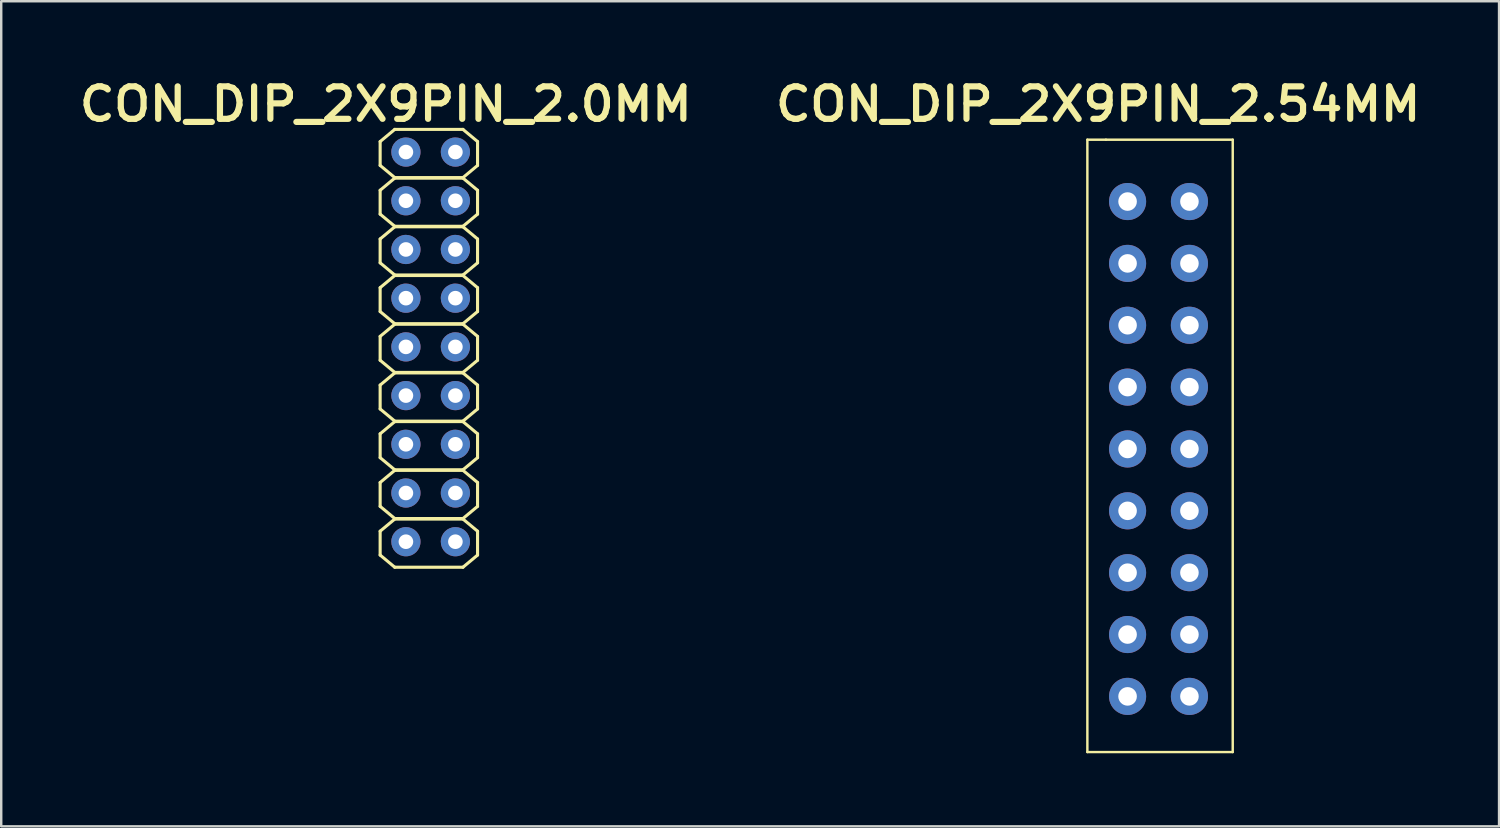
<source format=kicad_pcb>
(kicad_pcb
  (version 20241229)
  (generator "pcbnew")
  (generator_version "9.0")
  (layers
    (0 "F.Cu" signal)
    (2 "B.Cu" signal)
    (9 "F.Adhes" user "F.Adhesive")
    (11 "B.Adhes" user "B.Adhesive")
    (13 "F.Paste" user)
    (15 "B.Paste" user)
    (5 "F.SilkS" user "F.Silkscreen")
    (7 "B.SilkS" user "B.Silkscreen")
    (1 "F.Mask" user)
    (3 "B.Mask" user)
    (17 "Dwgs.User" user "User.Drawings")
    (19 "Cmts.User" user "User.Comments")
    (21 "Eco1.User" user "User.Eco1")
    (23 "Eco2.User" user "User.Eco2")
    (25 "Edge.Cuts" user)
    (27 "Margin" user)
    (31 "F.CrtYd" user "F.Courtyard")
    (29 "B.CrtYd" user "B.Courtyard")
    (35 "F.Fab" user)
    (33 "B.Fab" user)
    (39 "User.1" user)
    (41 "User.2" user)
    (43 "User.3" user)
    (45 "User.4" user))
  (footprint "CON_DIP_2X9PIN_2.54MM"
    (layer "F.Cu")
    (at 45.792 5.226)
    (property "Reference" "CON_DIP_2X9PIN_2.54MM" (at -3.747 -4 0) (unlocked yes) (layer "F.SilkS") (effects (font (size 1.333 1.402) (thickness 0.254))))
    (attr smd)
    (fp_line (start -4.191 -2.54) (end -3.429 -2.54) (stroke (width 0.1) (type solid)) (layer "F.SilkS"))
    (fp_line (start -4.191 22.606) (end -4.191 -2.54) (stroke (width 0.1) (type solid)) (layer "F.SilkS"))
    (fp_line (start -4.191 22.606) (end 1.778 22.606) (stroke (width 0.1) (type solid)) (layer "F.SilkS"))
    (fp_line (start -3.429 -2.54) (end 1.778 -2.54) (stroke (width 0.1) (type solid)) (layer "F.SilkS"))
    (fp_line (start 1.778 22.606) (end 1.778 -2.54) (stroke (width 0.1) (type solid)) (layer "F.SilkS"))
    (pad "1" thru_hole circle (at -2.54 0) (size 1.524 1.524) (drill 0.762) (layers "*.Cu" "*.Mask"))
    (pad "2" thru_hole circle (at 0 0) (size 1.524 1.524) (drill 0.762) (layers "*.Cu" "*.Mask"))
    (pad "3" thru_hole circle (at -2.54 2.54) (size 1.524 1.524) (drill 0.762) (layers "*.Cu" "*.Mask"))
    (pad "4" thru_hole circle (at 0 2.54) (size 1.524 1.524) (drill 0.762) (layers "*.Cu" "*.Mask"))
    (pad "5" thru_hole circle (at -2.54 5.08) (size 1.524 1.524) (drill 0.762) (layers "*.Cu" "*.Mask"))
    (pad "6" thru_hole circle (at 0 5.08) (size 1.524 1.524) (drill 0.762) (layers "*.Cu" "*.Mask"))
    (pad "7" thru_hole circle (at -2.54 7.62) (size 1.524 1.524) (drill 0.762) (layers "*.Cu" "*.Mask"))
    (pad "8" thru_hole circle (at 0 7.62) (size 1.524 1.524) (drill 0.762) (layers "*.Cu" "*.Mask"))
    (pad "9" thru_hole circle (at -2.54 10.16) (size 1.524 1.524) (drill 0.762) (layers "*.Cu" "*.Mask"))
    (pad "10" thru_hole circle (at 0 10.16) (size 1.524 1.524) (drill 0.762) (layers "*.Cu" "*.Mask"))
    (pad "11" thru_hole circle (at -2.54 12.7) (size 1.524 1.524) (drill 0.762) (layers "*.Cu" "*.Mask"))
    (pad "12" thru_hole circle (at 0 12.7) (size 1.524 1.524) (drill 0.762) (layers "*.Cu" "*.Mask"))
    (pad "13" thru_hole circle (at -2.54 15.24) (size 1.524 1.524) (drill 0.762) (layers "*.Cu" "*.Mask"))
    (pad "14" thru_hole circle (at 0 15.24) (size 1.524 1.524) (drill 0.762) (layers "*.Cu" "*.Mask"))
    (pad "15" thru_hole circle (at -2.54 17.78) (size 1.524 1.524) (drill 0.762) (layers "*.Cu" "*.Mask"))
    (pad "16" thru_hole circle (at 0 17.78) (size 1.524 1.524) (drill 0.762) (layers "*.Cu" "*.Mask"))
    (pad "17" thru_hole circle (at -2.54 20.32) (size 1.524 1.524) (drill 0.762) (layers "*.Cu" "*.Mask"))
    (pad "18" thru_hole circle (at 0 20.32) (size 1.524 1.524) (drill 0.762) (layers "*.Cu" "*.Mask")))
  (footprint "CON_DIP_2X9PIN_2.0MM"
    (layer "F.Cu")
    (at 13.618 3.194)
    (property "Reference" "CON_DIP_2X9PIN_2.0MM" (at -0.826 -1.968 0) (unlocked yes) (layer "F.SilkS") (effects (font (size 1.333 1.402) (thickness 0.254))))
    (attr smd)
    (fp_line (start -1.058 -0.431) (end -0.458 -0.931) (stroke (width 0.127) (type solid)) (layer "F.SilkS"))
    (fp_line (start -1.058 0.549) (end -1.058 -0.431) (stroke (width 0.127) (type solid)) (layer "F.SilkS"))
    (fp_line (start -1.058 0.549) (end -0.458 1.049) (stroke (width 0.127) (type solid)) (layer "F.SilkS"))
    (fp_line (start -1.058 1.569) (end -0.458 1.069) (stroke (width 0.127) (type solid)) (layer "F.SilkS"))
    (fp_line (start -1.058 2.549) (end -1.058 1.569) (stroke (width 0.127) (type solid)) (layer "F.SilkS"))
    (fp_line (start -1.058 2.549) (end -0.458 3.049) (stroke (width 0.127) (type solid)) (layer "F.SilkS"))
    (fp_line (start -1.058 3.569) (end -0.458 3.069) (stroke (width 0.127) (type solid)) (layer "F.SilkS"))
    (fp_line (start -1.058 4.549) (end -1.058 3.569) (stroke (width 0.127) (type solid)) (layer "F.SilkS"))
    (fp_line (start -1.058 4.549) (end -0.458 5.049) (stroke (width 0.127) (type solid)) (layer "F.SilkS"))
    (fp_line (start -1.058 5.569) (end -0.458 5.069) (stroke (width 0.127) (type solid)) (layer "F.SilkS"))
    (fp_line (start -1.058 6.549) (end -1.058 5.569) (stroke (width 0.127) (type solid)) (layer "F.SilkS"))
    (fp_line (start -1.058 6.549) (end -0.458 7.049) (stroke (width 0.127) (type solid)) (layer "F.SilkS"))
    (fp_line (start -1.058 7.569) (end -0.458 7.069) (stroke (width 0.127) (type solid)) (layer "F.SilkS"))
    (fp_line (start -1.058 8.549) (end -1.058 7.569) (stroke (width 0.127) (type solid)) (layer "F.SilkS"))
    (fp_line (start -1.058 8.549) (end -0.458 9.049) (stroke (width 0.127) (type solid)) (layer "F.SilkS"))
    (fp_line (start -1.058 9.569) (end -0.458 9.069) (stroke (width 0.127) (type solid)) (layer "F.SilkS"))
    (fp_line (start -1.058 10.549) (end -1.058 9.569) (stroke (width 0.127) (type solid)) (layer "F.SilkS"))
    (fp_line (start -1.058 10.549) (end -0.458 11.049) (stroke (width 0.127) (type solid)) (layer "F.SilkS"))
    (fp_line (start -1.058 11.569) (end -0.458 11.069) (stroke (width 0.127) (type solid)) (layer "F.SilkS"))
    (fp_line (start -1.058 12.549) (end -1.058 11.569) (stroke (width 0.127) (type solid)) (layer "F.SilkS"))
    (fp_line (start -1.058 12.549) (end -0.458 13.049) (stroke (width 0.127) (type solid)) (layer "F.SilkS"))
    (fp_line (start -1.058 13.569) (end -0.458 13.069) (stroke (width 0.127) (type solid)) (layer "F.SilkS"))
    (fp_line (start -1.058 14.549) (end -1.058 13.569) (stroke (width 0.127) (type solid)) (layer "F.SilkS"))
    (fp_line (start -1.058 14.549) (end -0.458 15.049) (stroke (width 0.127) (type solid)) (layer "F.SilkS"))
    (fp_line (start -1.058 15.569) (end -0.458 15.069) (stroke (width 0.127) (type solid)) (layer "F.SilkS"))
    (fp_line (start -1.058 16.549) (end -1.058 15.569) (stroke (width 0.127) (type solid)) (layer "F.SilkS"))
    (fp_line (start -1.058 16.549) (end -0.458 17.049) (stroke (width 0.127) (type solid)) (layer "F.SilkS"))
    (fp_line (start -0.458 -0.931) (end 2.342 -0.931) (stroke (width 0.127) (type solid)) (layer "F.SilkS"))
    (fp_line (start -0.458 1.049) (end 2.342 1.049) (stroke (width 0.127) (type solid)) (layer "F.SilkS"))
    (fp_line (start -0.458 1.069) (end 2.342 1.069) (stroke (width 0.127) (type solid)) (layer "F.SilkS"))
    (fp_line (start -0.458 3.049) (end 2.342 3.049) (stroke (width 0.127) (type solid)) (layer "F.SilkS"))
    (fp_line (start -0.458 3.069) (end 2.342 3.069) (stroke (width 0.127) (type solid)) (layer "F.SilkS"))
    (fp_line (start -0.458 5.049) (end 2.342 5.049) (stroke (width 0.127) (type solid)) (layer "F.SilkS"))
    (fp_line (start -0.458 5.069) (end 2.342 5.069) (stroke (width 0.127) (type solid)) (layer "F.SilkS"))
    (fp_line (start -0.458 7.049) (end 2.342 7.049) (stroke (width 0.127) (type solid)) (layer "F.SilkS"))
    (fp_line (start -0.458 7.069) (end 2.342 7.069) (stroke (width 0.127) (type solid)) (layer "F.SilkS"))
    (fp_line (start -0.458 9.049) (end 2.342 9.049) (stroke (width 0.127) (type solid)) (layer "F.SilkS"))
    (fp_line (start -0.458 9.069) (end 2.342 9.069) (stroke (width 0.127) (type solid)) (layer "F.SilkS"))
    (fp_line (start -0.458 11.049) (end 2.342 11.049) (stroke (width 0.127) (type solid)) (layer "F.SilkS"))
    (fp_line (start -0.458 11.069) (end 2.342 11.069) (stroke (width 0.127) (type solid)) (layer "F.SilkS"))
    (fp_line (start -0.458 13.049) (end 2.342 13.049) (stroke (width 0.127) (type solid)) (layer "F.SilkS"))
    (fp_line (start -0.458 13.069) (end 2.342 13.069) (stroke (width 0.127) (type solid)) (layer "F.SilkS"))
    (fp_line (start -0.458 15.049) (end 2.342 15.049) (stroke (width 0.127) (type solid)) (layer "F.SilkS"))
    (fp_line (start -0.458 15.069) (end 2.342 15.069) (stroke (width 0.127) (type solid)) (layer "F.SilkS"))
    (fp_line (start -0.458 17.049) (end 2.342 17.049) (stroke (width 0.127) (type solid)) (layer "F.SilkS"))
    (fp_line (start 2.342 -0.931) (end 2.942 -0.431) (stroke (width 0.127) (type solid)) (layer "F.SilkS"))
    (fp_line (start 2.342 1.049) (end 2.942 0.549) (stroke (width 0.127) (type solid)) (layer "F.SilkS"))
    (fp_line (start 2.342 1.069) (end 2.942 1.569) (stroke (width 0.127) (type solid)) (layer "F.SilkS"))
    (fp_line (start 2.342 3.049) (end 2.942 2.549) (stroke (width 0.127) (type solid)) (layer "F.SilkS"))
    (fp_line (start 2.342 3.069) (end 2.942 3.569) (stroke (width 0.127) (type solid)) (layer "F.SilkS"))
    (fp_line (start 2.342 5.049) (end 2.942 4.549) (stroke (width 0.127) (type solid)) (layer "F.SilkS"))
    (fp_line (start 2.342 5.069) (end 2.942 5.569) (stroke (width 0.127) (type solid)) (layer "F.SilkS"))
    (fp_line (start 2.342 7.049) (end 2.942 6.549) (stroke (width 0.127) (type solid)) (layer "F.SilkS"))
    (fp_line (start 2.342 7.069) (end 2.942 7.569) (stroke (width 0.127) (type solid)) (layer "F.SilkS"))
    (fp_line (start 2.342 9.049) (end 2.942 8.549) (stroke (width 0.127) (type solid)) (layer "F.SilkS"))
    (fp_line (start 2.342 9.069) (end 2.942 9.569) (stroke (width 0.127) (type solid)) (layer "F.SilkS"))
    (fp_line (start 2.342 11.049) (end 2.942 10.549) (stroke (width 0.127) (type solid)) (layer "F.SilkS"))
    (fp_line (start 2.342 11.069) (end 2.942 11.569) (stroke (width 0.127) (type solid)) (layer "F.SilkS"))
    (fp_line (start 2.342 13.049) (end 2.942 12.549) (stroke (width 0.127) (type solid)) (layer "F.SilkS"))
    (fp_line (start 2.342 13.069) (end 2.942 13.569) (stroke (width 0.127) (type solid)) (layer "F.SilkS"))
    (fp_line (start 2.342 15.049) (end 2.942 14.549) (stroke (width 0.127) (type solid)) (layer "F.SilkS"))
    (fp_line (start 2.342 15.069) (end 2.942 15.569) (stroke (width 0.127) (type solid)) (layer "F.SilkS"))
    (fp_line (start 2.342 17.049) (end 2.942 16.549) (stroke (width 0.127) (type solid)) (layer "F.SilkS"))
    (fp_line (start 2.942 0.549) (end 2.942 -0.431) (stroke (width 0.127) (type solid)) (layer "F.SilkS"))
    (fp_line (start 2.942 2.549) (end 2.942 1.569) (stroke (width 0.127) (type solid)) (layer "F.SilkS"))
    (fp_line (start 2.942 4.549) (end 2.942 3.569) (stroke (width 0.127) (type solid)) (layer "F.SilkS"))
    (fp_line (start 2.942 6.549) (end 2.942 5.569) (stroke (width 0.127) (type solid)) (layer "F.SilkS"))
    (fp_line (start 2.942 8.549) (end 2.942 7.569) (stroke (width 0.127) (type solid)) (layer "F.SilkS"))
    (fp_line (start 2.942 10.549) (end 2.942 9.569) (stroke (width 0.127) (type solid)) (layer "F.SilkS"))
    (fp_line (start 2.942 12.549) (end 2.942 11.569) (stroke (width 0.127) (type solid)) (layer "F.SilkS"))
    (fp_line (start 2.942 14.549) (end 2.942 13.569) (stroke (width 0.127) (type solid)) (layer "F.SilkS"))
    (fp_line (start 2.942 16.549) (end 2.942 15.569) (stroke (width 0.127) (type solid)) (layer "F.SilkS"))
    (pad "1" thru_hole circle (at 0 0.00001) (size 1.2 1.2) (drill 0.6) (layers "*.Cu" "*.Mask"))
    (pad "2" thru_hole circle (at 2.032 0.00001) (size 1.2 1.2) (drill 0.6) (layers "*.Cu" "*.Mask"))
    (pad "3" thru_hole circle (at 0 2) (size 1.2 1.2) (drill 0.6) (layers "*.Cu" "*.Mask"))
    (pad "4" thru_hole circle (at 2.032 2) (size 1.2 1.2) (drill 0.6) (layers "*.Cu" "*.Mask"))
    (pad "5" thru_hole circle (at 0 4) (size 1.2 1.2) (drill 0.6) (layers "*.Cu" "*.Mask"))
    (pad "6" thru_hole circle (at 2.032 4) (size 1.2 1.2) (drill 0.6) (layers "*.Cu" "*.Mask"))
    (pad "7" thru_hole circle (at 0 6) (size 1.2 1.2) (drill 0.6) (layers "*.Cu" "*.Mask"))
    (pad "8" thru_hole circle (at 2.032 6) (size 1.2 1.2) (drill 0.6) (layers "*.Cu" "*.Mask"))
    (pad "9" thru_hole circle (at 0 8) (size 1.2 1.2) (drill 0.6) (layers "*.Cu" "*.Mask"))
    (pad "10" thru_hole circle (at 2.032 8) (size 1.2 1.2) (drill 0.6) (layers "*.Cu" "*.Mask"))
    (pad "11" thru_hole circle (at 0 10) (size 1.2 1.2) (drill 0.6) (layers "*.Cu" "*.Mask"))
    (pad "12" thru_hole circle (at 2.032 10) (size 1.2 1.2) (drill 0.6) (layers "*.Cu" "*.Mask"))
    (pad "13" thru_hole circle (at 0 12) (size 1.2 1.2) (drill 0.6) (layers "*.Cu" "*.Mask"))
    (pad "14" thru_hole circle (at 2.032 12) (size 1.2 1.2) (drill 0.6) (layers "*.Cu" "*.Mask"))
    (pad "15" thru_hole circle (at 0 14) (size 1.2 1.2) (drill 0.6) (layers "*.Cu" "*.Mask"))
    (pad "16" thru_hole circle (at 2.032 14) (size 1.2 1.2) (drill 0.6) (layers "*.Cu" "*.Mask"))
    (pad "17" thru_hole circle (at 0 16) (size 1.2 1.2) (drill 0.6) (layers "*.Cu" "*.Mask"))
    (pad "18" thru_hole circle (at 2.032 16) (size 1.2 1.2) (drill 0.6) (layers "*.Cu" "*.Mask")))
  (gr_rect
    (start -3 -3)
    (end 58.506 30.882)
    (stroke (width 0.1) (type default))
    (fill no)
    (layer "Edge.Cuts")))
</source>
